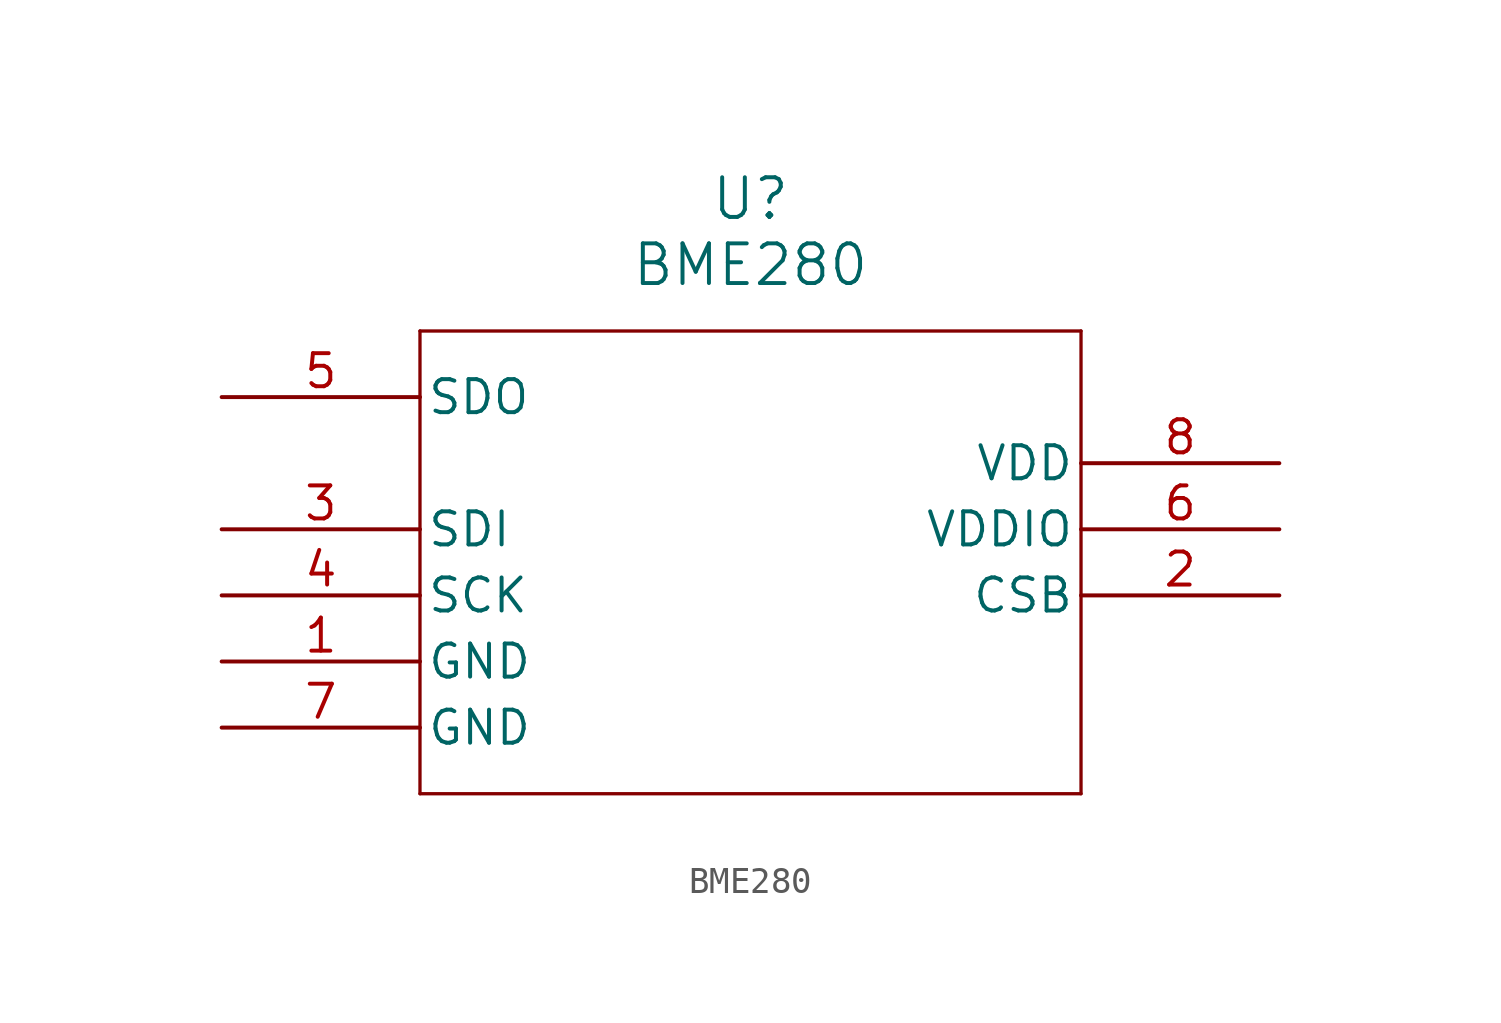
<source format=kicad_sym>
(kicad_symbol_lib
  (version 20231120)
  (generator "kicad_symbol_editor")
  (generator_version "8.0")
  (symbol "BME280"
    (pin_names
      (offset 0.254))
    (property "Reference" "U"
      (at 20.32 10.16 0)
      (effects (font (size 1.524 1.524))))
    (property "Value" "BME280"
      (at 20.32 7.62 0)
      (effects (font (size 1.524 1.524))))
    (property "ki_locked" ""
      (at 0 0 0)
      (effects (font (size 1.27 1.27))))
    (symbol "BME280_1_1"
      (polyline (pts (xy 7.62 -12.7) (xy 33.02 -12.7)) (stroke (width 0.127) (type default)) (fill (type none)))
      (polyline (pts (xy 7.62 5.08) (xy 7.62 -12.7)) (stroke (width 0.127) (type default)) (fill (type none)))
      (polyline (pts (xy 33.02 -12.7) (xy 33.02 5.08)) (stroke (width 0.127) (type default)) (fill (type none)))
      (polyline (pts (xy 33.02 5.08) (xy 7.62 5.08)) (stroke (width 0.127) (type default)) (fill (type none)))
      (pin power_out line (at 0 -7.62 0) (length 7.62) (name "GND" (effects (font (size 1.27 1.27)))) (number "1" (effects (font (size 1.27 1.27)))))
      (pin input line (at 40.64 -5.08 180) (length 7.62) (name "CSB" (effects (font (size 1.27 1.27)))) (number "2" (effects (font (size 1.27 1.27)))))
      (pin bidirectional line (at 0 -2.54 0) (length 7.62) (name "SDI" (effects (font (size 1.27 1.27)))) (number "3" (effects (font (size 1.27 1.27)))))
      (pin input line (at 0 -5.08 0) (length 7.62) (name "SCK" (effects (font (size 1.27 1.27)))) (number "4" (effects (font (size 1.27 1.27)))))
      (pin bidirectional line (at 0 2.54 0) (length 7.62) (name "SDO" (effects (font (size 1.27 1.27)))) (number "5" (effects (font (size 1.27 1.27)))))
      (pin power_in line (at 40.64 -2.54 180) (length 7.62) (name "VDDIO" (effects (font (size 1.27 1.27)))) (number "6" (effects (font (size 1.27 1.27)))))
      (pin power_out line (at 0 -10.16 0) (length 7.62) (name "GND" (effects (font (size 1.27 1.27)))) (number "7" (effects (font (size 1.27 1.27)))))
      (pin power_in line (at 40.64 0 180) (length 7.62) (name "VDD" (effects (font (size 1.27 1.27)))) (number "8" (effects (font (size 1.27 1.27))))))))
</source>
